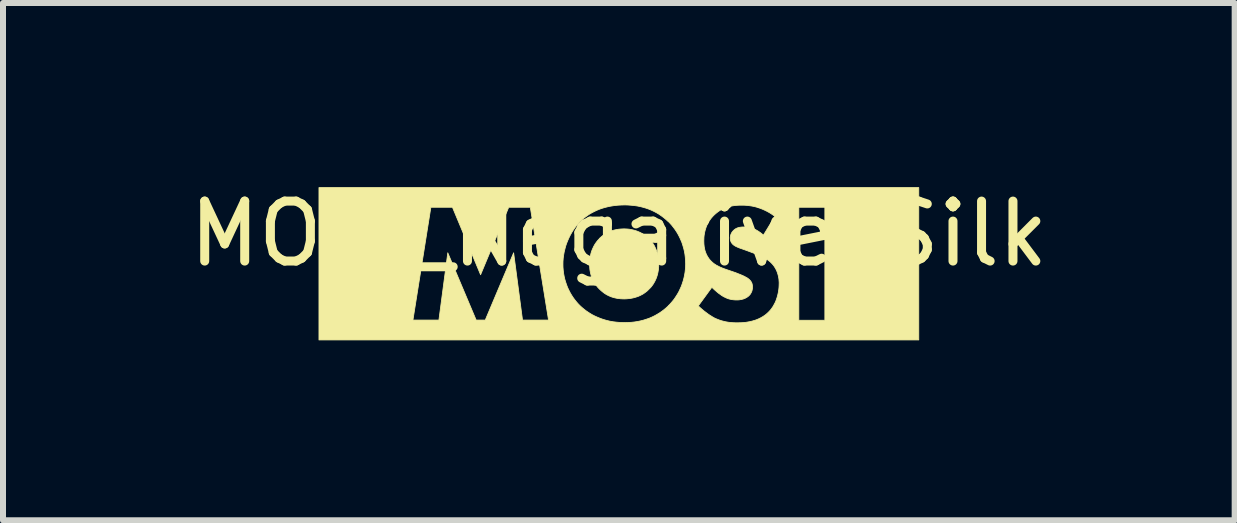
<source format=kicad_pcb>
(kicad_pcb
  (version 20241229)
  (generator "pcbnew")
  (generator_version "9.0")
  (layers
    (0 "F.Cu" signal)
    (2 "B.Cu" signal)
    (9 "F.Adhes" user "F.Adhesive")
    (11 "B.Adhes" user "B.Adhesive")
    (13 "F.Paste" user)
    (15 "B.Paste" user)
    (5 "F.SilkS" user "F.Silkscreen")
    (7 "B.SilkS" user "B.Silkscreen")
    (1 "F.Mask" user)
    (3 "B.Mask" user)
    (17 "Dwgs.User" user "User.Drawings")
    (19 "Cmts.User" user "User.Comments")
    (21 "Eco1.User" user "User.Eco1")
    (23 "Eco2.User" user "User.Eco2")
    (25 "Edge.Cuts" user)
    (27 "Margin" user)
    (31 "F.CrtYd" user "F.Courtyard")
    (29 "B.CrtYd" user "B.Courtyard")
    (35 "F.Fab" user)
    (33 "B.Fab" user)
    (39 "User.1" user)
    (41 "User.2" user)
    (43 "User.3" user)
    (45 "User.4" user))
  (footprint "MOSI_Negative_Silk"
    (layer "F.Cu")
    (at 7.268 1.348)
    (property "Reference" "MOSI_Negative_Silk" (at 0 -0.5 0) (unlocked yes) (layer "F.SilkS") (effects (font (size 1 1) (thickness 0.15))))
    (fp_poly (pts (xy 0.119 -0.581) (xy 0.151 -0.579) (xy 0.182 -0.575) (xy 0.212 -0.57) (xy 0.242 -0.563) (xy 0.271 -0.555) (xy 0.299 -0.546) (xy 0.326 -0.535) (xy 0.352 -0.524) (xy 0.377 -0.511) (xy 0.401 -0.498) (xy 0.424 -0.484) (xy 0.446 -0.469) (xy 0.466 -0.453) (xy 0.485 -0.437) (xy 0.503 -0.42) (xy 0.519 -0.403) (xy 0.535 -0.385) (xy 0.55 -0.366) (xy 0.564 -0.345) (xy 0.578 -0.323) (xy 0.592 -0.3) (xy 0.604 -0.275) (xy 0.616 -0.249) (xy 0.627 -0.222) (xy 0.637 -0.193) (xy 0.645 -0.164) (xy 0.652 -0.133) (xy 0.658 -0.1) (xy 0.662 -0.067) (xy 0.665 -0.032) (xy 0.666 0.004) (xy 0.665 0.023) (xy 0.665 0.043) (xy 0.663 0.062) (xy 0.662 0.08) (xy 0.66 0.099) (xy 0.657 0.116) (xy 0.654 0.133) (xy 0.651 0.15) (xy 0.647 0.166) (xy 0.643 0.182) (xy 0.639 0.197) (xy 0.634 0.212) (xy 0.624 0.241) (xy 0.612 0.268) (xy 0.6 0.293) (xy 0.587 0.316) (xy 0.574 0.338) (xy 0.56 0.358) (xy 0.546 0.377) (xy 0.532 0.394) (xy 0.517 0.409) (xy 0.503 0.423) (xy 0.486 0.44) (xy 0.468 0.457) (xy 0.448 0.472) (xy 0.428 0.487) (xy 0.406 0.502) (xy 0.383 0.515) (xy 0.359 0.527) (xy 0.334 0.539) (xy 0.307 0.549) (xy 0.279 0.558) (xy 0.25 0.566) (xy 0.22 0.573) (xy 0.189 0.578) (xy 0.156 0.582) (xy 0.122 0.585) (xy 0.087 0.586) (xy 0.06 0.585) (xy 0.033 0.584) (xy 0.007 0.581) (xy -0.02 0.578) (xy -0.046 0.573) (xy -0.072 0.567) (xy -0.098 0.56) (xy -0.123 0.552) (xy -0.148 0.542) (xy -0.173 0.531) (xy -0.198 0.518) (xy -0.222 0.504) (xy -0.246 0.488) (xy -0.269 0.47) (xy -0.292 0.451) (xy -0.315 0.43) (xy -0.336 0.409) (xy -0.356 0.387) (xy -0.374 0.364) (xy -0.391 0.341) (xy -0.407 0.317) (xy -0.421 0.292) (xy -0.434 0.267) (xy -0.445 0.241) (xy -0.455 0.215) (xy -0.464 0.187) (xy -0.471 0.159) (xy -0.477 0.13) (xy -0.482 0.101) (xy -0.485 0.07) (xy -0.487 0.039) (xy -0.488 0.007) (xy -0.488 -0.012) (xy -0.487 -0.031) (xy -0.486 -0.05) (xy -0.484 -0.068) (xy -0.482 -0.086) (xy -0.48 -0.103) (xy -0.477 -0.12) (xy -0.473 -0.137) (xy -0.466 -0.169) (xy -0.457 -0.199) (xy -0.447 -0.228) (xy -0.435 -0.255) (xy -0.423 -0.281) (xy -0.41 -0.306) (xy -0.397 -0.328) (xy -0.382 -0.35) (xy -0.368 -0.369) (xy -0.353 -0.388) (xy -0.337 -0.405) (xy -0.322 -0.42) (xy -0.326 -0.42) (xy -0.306 -0.438) (xy -0.286 -0.456) (xy -0.264 -0.473) (xy -0.242 -0.488) (xy -0.219 -0.503) (xy -0.196 -0.516) (xy -0.171 -0.528) (xy -0.146 -0.539) (xy -0.12 -0.549) (xy -0.093 -0.558) (xy -0.065 -0.565) (xy -0.036 -0.571) (xy -0.006 -0.576) (xy 0.024 -0.579) (xy 0.055 -0.581) (xy 0.087 -0.582)) (stroke (width 0.013) (type solid)) (fill yes) (layer "F.SilkS"))
    (fp_poly (pts (xy 5.001 1.27) (xy -5 1.27) (xy -5 0.938) (xy -3.434 0.938) (xy -3.434 0.942) (xy -3.433 0.938) (xy -3 0.938) (xy -2.852 -0.183) (xy -2.379 0.938) (xy -2.227 0.938) (xy -1.754 -0.183) (xy -1.606 0.938) (xy -1.172 0.938) (xy -1.323 0.007) (xy -0.932 0.007) (xy -0.931 0.058) (xy -0.927 0.109) (xy -0.921 0.159) (xy -0.912 0.208) (xy -0.901 0.257) (xy -0.887 0.304) (xy -0.871 0.351) (xy -0.854 0.396) (xy -0.833 0.44) (xy -0.811 0.483) (xy -0.787 0.524) (xy -0.761 0.564) (xy -0.733 0.602) (xy -0.704 0.638) (xy -0.673 0.673) (xy -0.64 0.706) (xy -0.612 0.731) (xy -0.582 0.756) (xy -0.55 0.781) (xy -0.515 0.805) (xy -0.478 0.829) (xy -0.439 0.852) (xy -0.397 0.873) (xy -0.352 0.893) (xy -0.305 0.912) (xy -0.256 0.929) (xy -0.204 0.944) (xy -0.15 0.957) (xy -0.093 0.967) (xy -0.033 0.974) (xy 0.029 0.979) (xy 0.094 0.981) (xy 0.152 0.979) (xy 0.208 0.976) (xy 0.263 0.97) (xy 0.315 0.962) (xy 0.366 0.951) (xy 0.416 0.938) (xy 0.463 0.923) (xy 0.509 0.907) (xy 0.553 0.888) (xy 0.596 0.867) (xy 0.637 0.844) (xy 0.677 0.82) (xy 0.715 0.794) (xy 0.752 0.766) (xy 0.787 0.737) (xy 0.821 0.706) (xy 0.824 0.702) (xy 1.325 0.702) (xy 1.353 0.729) (xy 1.385 0.757) (xy 1.418 0.785) (xy 1.454 0.812) (xy 1.49 0.839) (xy 1.509 0.852) (xy 1.527 0.864) (xy 1.546 0.875) (xy 1.564 0.887) (xy 1.582 0.897) (xy 1.6 0.907) (xy 1.623 0.917) (xy 1.645 0.926) (xy 1.668 0.935) (xy 1.691 0.943) (xy 1.713 0.95) (xy 1.736 0.956) (xy 1.759 0.962) (xy 1.782 0.967) (xy 1.805 0.971) (xy 1.829 0.975) (xy 1.852 0.978) (xy 1.876 0.98) (xy 1.9 0.982) (xy 1.925 0.983) (xy 1.949 0.984) (xy 1.974 0.984) (xy 2.026 0.983) (xy 2.055 0.982) (xy 2.086 0.979) (xy 2.119 0.976) (xy 2.154 0.97) (xy 2.189 0.964) (xy 2.225 0.955) (xy 2.261 0.944) (xy 2.269 0.942) (xy 3.001 0.942) (xy 3.435 0.942) (xy 3.435 -0.942) (xy 3.001 -0.942) (xy 3.001 0.942) (xy 2.269 0.942) (xy 2.298 0.932) (xy 2.335 0.916) (xy 2.371 0.898) (xy 2.407 0.877) (xy 2.424 0.865) (xy 2.442 0.853) (xy 2.459 0.839) (xy 2.475 0.825) (xy 2.491 0.81) (xy 2.507 0.794) (xy 2.525 0.774) (xy 2.543 0.752) (xy 2.559 0.729) (xy 2.575 0.705) (xy 2.589 0.679) (xy 2.603 0.653) (xy 2.616 0.625) (xy 2.627 0.595) (xy 2.637 0.565) (xy 2.646 0.534) (xy 2.654 0.501) (xy 2.661 0.468) (xy 2.666 0.434) (xy 2.67 0.4) (xy 2.672 0.364) (xy 2.673 0.328) (xy 2.673 0.307) (xy 2.671 0.286) (xy 2.67 0.264) (xy 2.667 0.242) (xy 2.663 0.22) (xy 2.658 0.197) (xy 2.652 0.175) (xy 2.645 0.152) (xy 2.637 0.13) (xy 2.627 0.107) (xy 2.616 0.085) (xy 2.603 0.063) (xy 2.589 0.041) (xy 2.573 0.02) (xy 2.555 -0.001) (xy 2.535 -0.021) (xy 2.521 -0.034) (xy 2.506 -0.046) (xy 2.491 -0.058) (xy 2.475 -0.069) (xy 2.459 -0.08) (xy 2.443 -0.09) (xy 2.426 -0.099) (xy 2.409 -0.108) (xy 2.392 -0.117) (xy 2.375 -0.125) (xy 2.342 -0.14) (xy 2.309 -0.153) (xy 2.278 -0.166) (xy 2.137 -0.219) (xy 2.053 -0.249) (xy 2.018 -0.261) (xy 2.003 -0.267) (xy 1.988 -0.273) (xy 1.974 -0.279) (xy 1.962 -0.285) (xy 1.95 -0.29) (xy 1.939 -0.297) (xy 1.928 -0.303) (xy 1.918 -0.31) (xy 1.909 -0.317) (xy 1.9 -0.325) (xy 1.895 -0.33) (xy 1.89 -0.335) (xy 1.886 -0.341) (xy 1.882 -0.347) (xy 1.878 -0.352) (xy 1.875 -0.358) (xy 1.871 -0.365) (xy 1.869 -0.371) (xy 1.866 -0.377) (xy 1.864 -0.384) (xy 1.862 -0.391) (xy 1.861 -0.398) (xy 1.859 -0.406) (xy 1.859 -0.414) (xy 1.858 -0.422) (xy 1.858 -0.43) (xy 1.858 -0.44) (xy 1.859 -0.449) (xy 1.86 -0.457) (xy 1.862 -0.466) (xy 1.864 -0.474) (xy 1.866 -0.483) (xy 1.869 -0.491) (xy 1.872 -0.498) (xy 1.876 -0.506) (xy 1.879 -0.513) (xy 1.883 -0.52) (xy 1.888 -0.527) (xy 1.892 -0.533) (xy 1.897 -0.539) (xy 1.902 -0.545) (xy 1.907 -0.55) (xy 1.912 -0.555) (xy 1.917 -0.56) (xy 1.922 -0.565) (xy 1.927 -0.569) (xy 1.938 -0.577) (xy 1.948 -0.584) (xy 1.96 -0.59) (xy 1.971 -0.595) (xy 1.983 -0.6) (xy 1.995 -0.603) (xy 2.007 -0.606) (xy 2.019 -0.609) (xy 2.032 -0.61) (xy 2.044 -0.612) (xy 2.056 -0.613) (xy 2.068 -0.613) (xy 2.091 -0.614) (xy 2.115 -0.613) (xy 2.129 -0.612) (xy 2.144 -0.611) (xy 2.161 -0.608) (xy 2.179 -0.605) (xy 2.198 -0.6) (xy 2.218 -0.594) (xy 2.239 -0.587) (xy 2.261 -0.578) (xy 2.284 -0.567) (xy 2.307 -0.554) (xy 2.331 -0.539) (xy 2.356 -0.522) (xy 2.382 -0.502) (xy 2.408 -0.48) (xy 2.408 -0.473) (xy 2.602 -0.79) (xy 2.561 -0.82) (xy 2.521 -0.846) (xy 2.481 -0.869) (xy 2.441 -0.889) (xy 2.402 -0.907) (xy 2.364 -0.922) (xy 2.327 -0.935) (xy 2.291 -0.946) (xy 2.255 -0.955) (xy 2.221 -0.962) (xy 2.188 -0.967) (xy 2.156 -0.971) (xy 2.126 -0.974) (xy 2.097 -0.976) (xy 2.045 -0.977) (xy 2.012 -0.977) (xy 1.98 -0.975) (xy 1.948 -0.973) (xy 1.917 -0.969) (xy 1.886 -0.964) (xy 1.855 -0.958) (xy 1.826 -0.95) (xy 1.796 -0.941) (xy 1.767 -0.93) (xy 1.739 -0.918) (xy 1.711 -0.904) (xy 1.684 -0.888) (xy 1.657 -0.87) (xy 1.631 -0.85) (xy 1.605 -0.828) (xy 1.579 -0.804) (xy 1.559 -0.782) (xy 1.54 -0.76) (xy 1.522 -0.736) (xy 1.506 -0.712) (xy 1.492 -0.688) (xy 1.478 -0.663) (xy 1.466 -0.637) (xy 1.456 -0.611) (xy 1.447 -0.584) (xy 1.439 -0.557) (xy 1.432 -0.529) (xy 1.427 -0.501) (xy 1.422 -0.472) (xy 1.419 -0.442) (xy 1.418 -0.412) (xy 1.417 -0.381) (xy 1.418 -0.345) (xy 1.419 -0.326) (xy 1.421 -0.306) (xy 1.423 -0.286) (xy 1.427 -0.265) (xy 1.431 -0.244) (xy 1.436 -0.222) (xy 1.443 -0.201) (xy 1.451 -0.179) (xy 1.46 -0.157) (xy 1.471 -0.136) (xy 1.483 -0.115) (xy 1.497 -0.094) (xy 1.512 -0.073) (xy 1.53 -0.053) (xy 1.544 -0.039) (xy 1.558 -0.026) (xy 1.573 -0.013) (xy 1.588 -0.001) (xy 1.604 0.009) (xy 1.62 0.02) (xy 1.637 0.029) (xy 1.654 0.038) (xy 1.671 0.047) (xy 1.688 0.055) (xy 1.723 0.07) (xy 1.757 0.083) (xy 1.791 0.095) (xy 1.946 0.148) (xy 1.996 0.168) (xy 2.026 0.18) (xy 2.057 0.193) (xy 2.088 0.207) (xy 2.103 0.215) (xy 2.117 0.223) (xy 2.131 0.23) (xy 2.144 0.238) (xy 2.155 0.246) (xy 2.165 0.254) (xy 2.172 0.26) (xy 2.179 0.266) (xy 2.185 0.273) (xy 2.191 0.279) (xy 2.197 0.286) (xy 2.202 0.294) (xy 2.207 0.301) (xy 2.211 0.309) (xy 2.215 0.317) (xy 2.219 0.326) (xy 2.222 0.335) (xy 2.224 0.345) (xy 2.226 0.355) (xy 2.227 0.365) (xy 2.228 0.376) (xy 2.228 0.388) (xy 2.228 0.395) (xy 2.228 0.401) (xy 2.228 0.407) (xy 2.227 0.414) (xy 2.226 0.42) (xy 2.225 0.426) (xy 2.224 0.431) (xy 2.223 0.437) (xy 2.222 0.443) (xy 2.22 0.448) (xy 2.217 0.459) (xy 2.213 0.469) (xy 2.208 0.478) (xy 2.203 0.488) (xy 2.198 0.496) (xy 2.193 0.505) (xy 2.187 0.513) (xy 2.181 0.52) (xy 2.174 0.527) (xy 2.168 0.534) (xy 2.161 0.54) (xy 2.149 0.549) (xy 2.137 0.558) (xy 2.124 0.565) (xy 2.112 0.572) (xy 2.099 0.578) (xy 2.086 0.583) (xy 2.073 0.588) (xy 2.06 0.591) (xy 2.047 0.595) (xy 2.034 0.597) (xy 2.022 0.599) (xy 2.01 0.601) (xy 1.998 0.602) (xy 1.986 0.603) (xy 1.975 0.603) (xy 1.964 0.603) (xy 1.947 0.603) (xy 1.931 0.602) (xy 1.916 0.601) (xy 1.9 0.599) (xy 1.885 0.597) (xy 1.87 0.594) (xy 1.855 0.591) (xy 1.84 0.587) (xy 1.826 0.583) (xy 1.812 0.578) (xy 1.797 0.572) (xy 1.783 0.566) (xy 1.769 0.559) (xy 1.755 0.552) (xy 1.741 0.545) (xy 1.727 0.536) (xy 1.717 0.53) (xy 1.707 0.523) (xy 1.696 0.515) (xy 1.685 0.507) (xy 1.661 0.49) (xy 1.638 0.471) (xy 1.615 0.451) (xy 1.592 0.431) (xy 1.571 0.411) (xy 1.551 0.392) (xy 1.325 0.702) (xy 0.824 0.702) (xy 0.857 0.668) (xy 0.891 0.629) (xy 0.923 0.589) (xy 0.951 0.547) (xy 0.978 0.505) (xy 1.002 0.462) (xy 1.023 0.417) (xy 1.043 0.373) (xy 1.059 0.327) (xy 1.074 0.281) (xy 1.086 0.235) (xy 1.096 0.188) (xy 1.104 0.141) (xy 1.109 0.094) (xy 1.113 0.047) (xy 1.114 0) (xy 1.112 -0.054) (xy 1.108 -0.106) (xy 1.102 -0.158) (xy 1.093 -0.209) (xy 1.081 -0.258) (xy 1.067 -0.306) (xy 1.052 -0.353) (xy 1.033 -0.398) (xy 1.013 -0.442) (xy 0.991 -0.485) (xy 0.967 -0.526) (xy 0.941 -0.566) (xy 0.913 -0.604) (xy 0.884 -0.641) (xy 0.853 -0.676) (xy 0.821 -0.709) (xy 0.821 -0.706) (xy 0.785 -0.739) (xy 0.748 -0.77) (xy 0.709 -0.799) (xy 0.67 -0.826) (xy 0.628 -0.851) (xy 0.586 -0.873) (xy 0.542 -0.894) (xy 0.497 -0.912) (xy 0.451 -0.928) (xy 0.403 -0.942) (xy 0.355 -0.954) (xy 0.305 -0.964) (xy 0.254 -0.971) (xy 0.202 -0.976) (xy 0.148 -0.98) (xy 0.094 -0.981) (xy 0.059 -0.98) (xy 0.025 -0.979) (xy -0.008 -0.977) (xy -0.041 -0.974) (xy -0.072 -0.971) (xy -0.103 -0.966) (xy -0.133 -0.961) (xy -0.162 -0.956) (xy -0.191 -0.949) (xy -0.219 -0.942) (xy -0.245 -0.935) (xy -0.272 -0.927) (xy -0.322 -0.91) (xy -0.368 -0.891) (xy -0.412 -0.87) (xy -0.454 -0.848) (xy -0.492 -0.826) (xy -0.527 -0.802) (xy -0.56 -0.778) (xy -0.591 -0.754) (xy -0.618 -0.73) (xy -0.643 -0.706) (xy -0.674 -0.673) (xy -0.704 -0.638) (xy -0.733 -0.6) (xy -0.76 -0.561) (xy -0.785 -0.521) (xy -0.809 -0.478) (xy -0.831 -0.434) (xy -0.851 -0.389) (xy -0.87 -0.342) (xy -0.886 -0.295) (xy -0.899 -0.246) (xy -0.911 -0.197) (xy -0.92 -0.146) (xy -0.927 -0.096) (xy -0.931 -0.044) (xy -0.932 0.007) (xy -1.323 0.007) (xy -1.476 -0.942) (xy -1.836 -0.942) (xy -2.305 0.183) (xy -2.774 -0.942) (xy -3.134 -0.942) (xy -3.433 0.938) (xy -3.434 0.938) (xy -5 0.938) (xy -5 -1.27) (xy 5.001 -1.27)) (stroke (width 0.013) (type solid)) (fill yes) (layer "F.SilkS")))
  (gr_rect
    (start -3 -3)
    (end 17.536 5.625)
    (stroke (width 0.1) (type default))
    (fill no)
    (layer "Edge.Cuts")))
</source>
